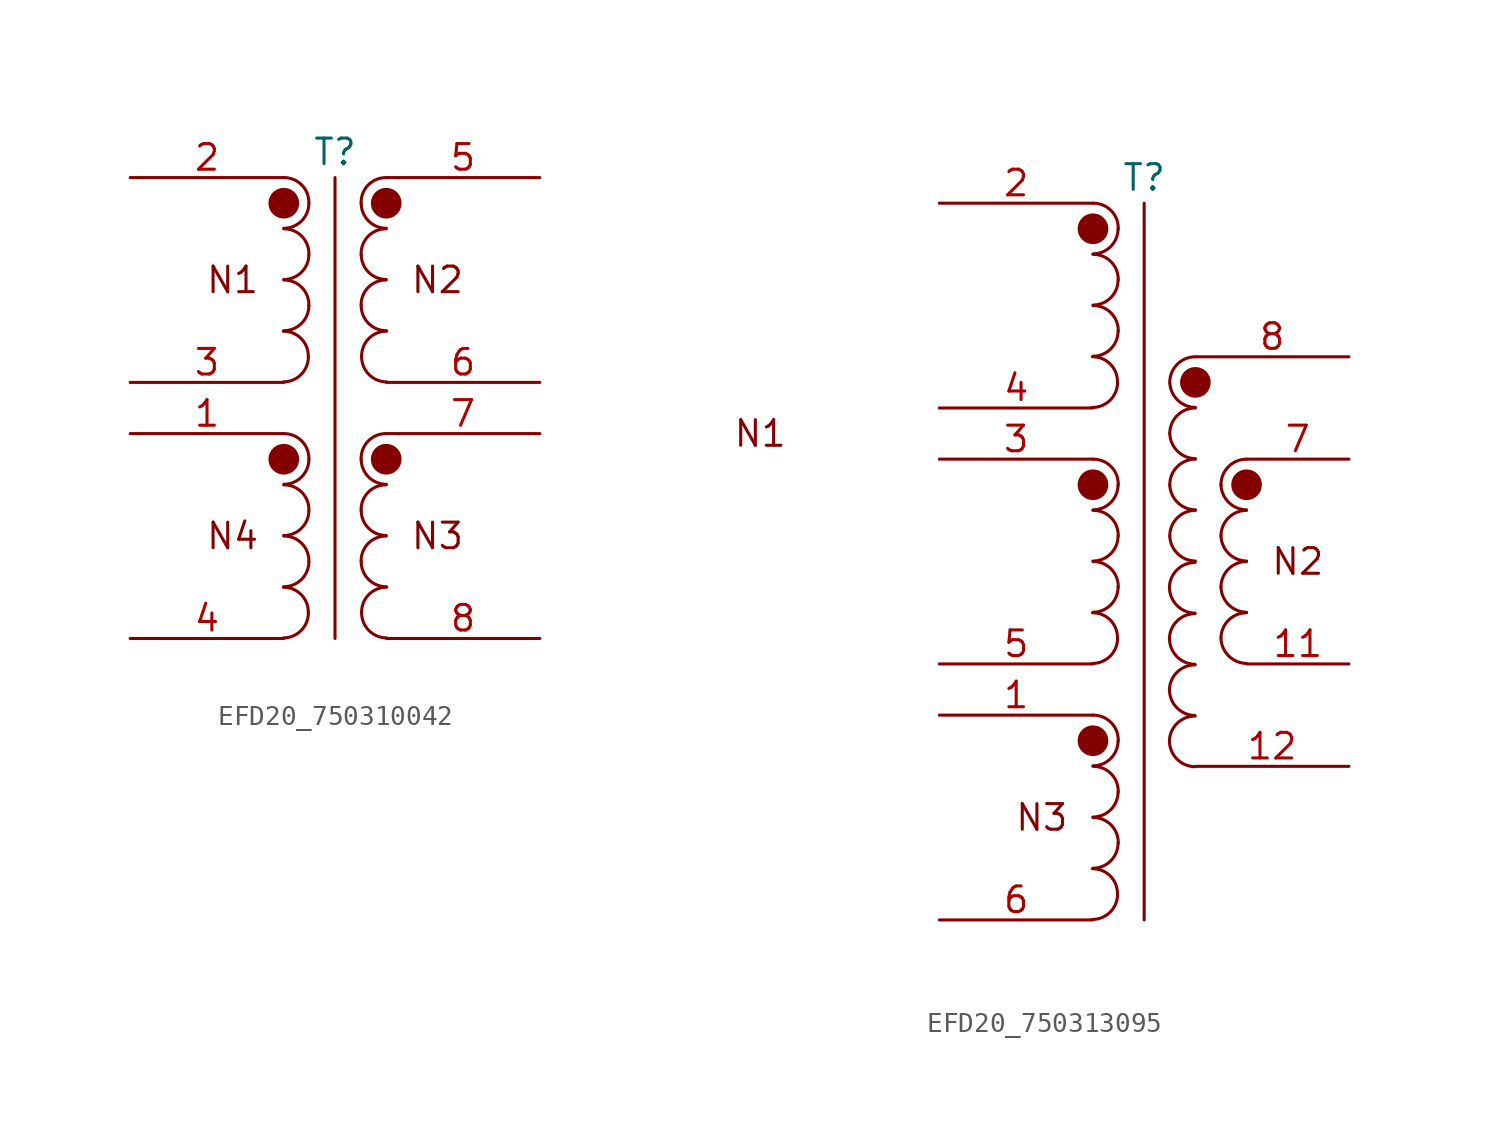
<source format=kicad_sym>
(kicad_symbol_lib
  (version 20220914)
  (generator kicad_symbol_editor)
  (symbol "EFD20_750310042"
    (pin_names hide)
    (property "Reference" "T"
      (at 0 12.7 0)
      (effects (font (size 1.27 1.27))))
    (property "Critical Parameter" ""
      (at 0 -5.08 0)
      (effects (font (size 1.27 1.27)) (justify left)))
    (symbol "EFD20_750310042_0_1"
      (arc (start -2.5654 -11.4046) (mid -1.6855 -11.0399) (end -1.3208 -10.16) (stroke (width 0) (type default)) (fill (type none)))
      (arc (start -2.5654 1.2954) (mid -1.6855 1.6601) (end -1.3208 2.54) (stroke (width 0) (type default)) (fill (type none)))
      (arc (start -2.54 -8.8646) (mid -1.6601 -8.4999) (end -1.2954 -7.62) (stroke (width 0) (type default)) (fill (type none)))
      (arc (start -2.54 -6.3246) (mid -1.6601 -5.9599) (end -1.2954 -5.08) (stroke (width 0) (type default)) (fill (type none)))
      (arc (start -2.54 -3.7846) (mid -1.6601 -3.4199) (end -1.2954 -2.54) (stroke (width 0) (type default)) (fill (type none)))
      (arc (start -2.54 3.8354) (mid -1.6601 4.2001) (end -1.2954 5.08) (stroke (width 0) (type default)) (fill (type none)))
      (arc (start -2.54 6.3754) (mid -1.6601 6.7401) (end -1.2954 7.62) (stroke (width 0) (type default)) (fill (type none)))
      (arc (start -2.54 8.9154) (mid -1.6601 9.2801) (end -1.2954 10.16) (stroke (width 0) (type default)) (fill (type none)))
      (arc (start -1.3208 -10.16) (mid -1.6708 -9.2582) (end -2.5654 -8.89) (stroke (width 0) (type default)) (fill (type none)))
      (arc (start -1.3208 2.54) (mid -1.6708 3.4418) (end -2.5654 3.81) (stroke (width 0) (type default)) (fill (type none)))
      (arc (start -1.2954 -7.62) (mid -1.646 -6.7187) (end -2.54 -6.35) (stroke (width 0) (type default)) (fill (type none)))
      (arc (start -1.2954 -5.08) (mid -1.646 -4.1787) (end -2.54 -3.81) (stroke (width 0) (type default)) (fill (type none)))
      (arc (start -1.2954 -2.54) (mid -1.646 -1.6387) (end -2.54 -1.27) (stroke (width 0) (type default)) (fill (type none)))
      (arc (start -1.2954 5.08) (mid -1.646 5.9813) (end -2.54 6.35) (stroke (width 0) (type default)) (fill (type none)))
      (arc (start -1.2954 7.62) (mid -1.646 8.5213) (end -2.54 8.89) (stroke (width 0) (type default)) (fill (type none)))
      (arc (start -1.2954 10.16) (mid -1.646 11.0613) (end -2.54 11.43) (stroke (width 0) (type default)) (fill (type none)))
      (polyline (pts (xy 0 11.43) (xy 0 -11.43)) (stroke (width 0) (type default)) (fill (type none)))
      (arc (start 1.2954 -7.62) (mid 1.66 -8.4999) (end 2.54 -8.8646) (stroke (width 0) (type default)) (fill (type none)))
      (arc (start 1.2954 -5.08) (mid 1.66 -5.9599) (end 2.54 -6.3246) (stroke (width 0) (type default)) (fill (type none)))
      (arc (start 1.2954 -2.54) (mid 1.66 -3.4199) (end 2.54 -3.7846) (stroke (width 0) (type default)) (fill (type none)))
      (arc (start 1.2954 5.08) (mid 1.66 4.2001) (end 2.54 3.8354) (stroke (width 0) (type default)) (fill (type none)))
      (arc (start 1.2954 7.62) (mid 1.66 6.7401) (end 2.54 6.3754) (stroke (width 0) (type default)) (fill (type none)))
      (arc (start 1.2954 10.16) (mid 1.66 9.2801) (end 2.54 8.9154) (stroke (width 0) (type default)) (fill (type none)))
      (arc (start 1.3208 -10.16) (mid 1.6855 -11.0399) (end 2.5654 -11.4046) (stroke (width 0) (type default)) (fill (type none)))
      (arc (start 1.3208 2.54) (mid 1.6855 1.6601) (end 2.5654 1.2954) (stroke (width 0) (type default)) (fill (type none)))
      (arc (start 2.54 -6.35) (mid 1.6461 -6.7186) (end 1.2954 -7.62) (stroke (width 0) (type default)) (fill (type none)))
      (arc (start 2.54 -3.81) (mid 1.6461 -4.1786) (end 1.2954 -5.08) (stroke (width 0) (type default)) (fill (type none)))
      (arc (start 2.54 -1.27) (mid 1.6461 -1.6386) (end 1.2954 -2.54) (stroke (width 0) (type default)) (fill (type none)))
      (arc (start 2.54 6.35) (mid 1.6461 5.9814) (end 1.2954 5.08) (stroke (width 0) (type default)) (fill (type none)))
      (arc (start 2.54 8.89) (mid 1.6461 8.5214) (end 1.2954 7.62) (stroke (width 0) (type default)) (fill (type none)))
      (arc (start 2.54 11.43) (mid 1.6461 11.0614) (end 1.2954 10.16) (stroke (width 0) (type default)) (fill (type none)))
      (arc (start 2.5654 -8.89) (mid 1.6705 -9.2581) (end 1.3208 -10.16) (stroke (width 0) (type default)) (fill (type none)))
      (arc (start 2.5654 3.81) (mid 1.6705 3.4419) (end 1.3208 2.54) (stroke (width 0) (type default)) (fill (type none))))
    (symbol "EFD20_750310042_1_1"
      (circle (center -2.54 -2.54) (radius 0.0001) (stroke (width 0.762) (type default)) (fill (type none)))
      (circle (center -2.54 10.16) (radius 0.0001) (stroke (width 0.762) (type default)) (fill (type none)))
      (circle (center 2.54 -2.54) (radius 0.0001) (stroke (width 0.762) (type default)) (fill (type none)))
      (circle (center 2.54 10.16) (radius 0.0001) (stroke (width 0.762) (type default)) (fill (type none)))
      (text "N1" (at -5.08 6.35 0) (effects (font (size 1.27 1.27))))
      (text "N2" (at 5.08 6.35 0) (effects (font (size 1.27 1.27))))
      (text "N3" (at 5.08 -6.35 0) (effects (font (size 1.27 1.27))))
      (text "N4" (at -5.08 -6.35 0) (effects (font (size 1.27 1.27))))
      (pin passive line (at -10.16 -1.27 0) (length 7.62) (name "1" (effects (font (size 1.27 1.27)))) (number "1" (effects (font (size 1.27 1.27)))))
      (pin passive line (at -10.16 11.43 0) (length 7.62) (name "2" (effects (font (size 1.27 1.27)))) (number "2" (effects (font (size 1.27 1.27)))))
      (pin passive line (at -10.16 1.27 0) (length 7.62) (name "3" (effects (font (size 1.27 1.27)))) (number "3" (effects (font (size 1.27 1.27)))))
      (pin passive line (at -10.16 -11.43 0) (length 7.62) (name "4" (effects (font (size 1.27 1.27)))) (number "4" (effects (font (size 1.27 1.27)))))
      (pin passive line (at 10.16 11.43 180) (length 7.62) (name "5" (effects (font (size 1.27 1.27)))) (number "5" (effects (font (size 1.27 1.27)))))
      (pin passive line (at 10.16 1.27 180) (length 7.62) (name "6" (effects (font (size 1.27 1.27)))) (number "6" (effects (font (size 1.27 1.27)))))
      (pin passive line (at 10.16 -1.27 180) (length 7.62) (name "7" (effects (font (size 1.27 1.27)))) (number "7" (effects (font (size 1.27 1.27)))))
      (pin passive line (at 10.16 -11.43 180) (length 7.62) (name "8" (effects (font (size 1.27 1.27)))) (number "8" (effects (font (size 1.27 1.27)))))))
  (symbol "EFD20_750313095"
    (pin_names hide)
    (property "Reference" "T"
      (at 0 19.05 0)
      (effects (font (size 1.27 1.27))))
    (property "Critical Parameter" ""
      (at 0 -5.08 0)
      (effects (font (size 1.27 1.27)) (justify left)))
    (symbol "EFD20_750313095_0_1"
      (arc (start -2.5654 -17.7546) (mid -1.6855 -17.3899) (end -1.3208 -16.51) (stroke (width 0) (type default)) (fill (type none)))
      (arc (start -2.5654 -5.0546) (mid -1.6855 -4.6899) (end -1.3208 -3.81) (stroke (width 0) (type default)) (fill (type none)))
      (arc (start -2.5654 7.6454) (mid -1.6855 8.0101) (end -1.3208 8.89) (stroke (width 0) (type default)) (fill (type none)))
      (arc (start -2.54 -15.2146) (mid -1.6601 -14.8499) (end -1.2954 -13.97) (stroke (width 0) (type default)) (fill (type none)))
      (arc (start -2.54 -12.6746) (mid -1.6601 -12.3099) (end -1.2954 -11.43) (stroke (width 0) (type default)) (fill (type none)))
      (arc (start -2.54 -10.1346) (mid -1.6601 -9.7699) (end -1.2954 -8.89) (stroke (width 0) (type default)) (fill (type none)))
      (arc (start -2.54 -2.5146) (mid -1.6601 -2.1499) (end -1.2954 -1.27) (stroke (width 0) (type default)) (fill (type none)))
      (arc (start -2.54 0.0254) (mid -1.6601 0.3901) (end -1.2954 1.27) (stroke (width 0) (type default)) (fill (type none)))
      (arc (start -2.54 2.5654) (mid -1.6601 2.9301) (end -1.2954 3.81) (stroke (width 0) (type default)) (fill (type none)))
      (arc (start -2.54 10.1854) (mid -1.6601 10.5501) (end -1.2954 11.43) (stroke (width 0) (type default)) (fill (type none)))
      (arc (start -2.54 12.7254) (mid -1.6601 13.0901) (end -1.2954 13.97) (stroke (width 0) (type default)) (fill (type none)))
      (arc (start -2.54 15.2654) (mid -1.6601 15.6301) (end -1.2954 16.51) (stroke (width 0) (type default)) (fill (type none)))
      (arc (start -1.3208 -16.51) (mid -1.6708 -15.6082) (end -2.5654 -15.24) (stroke (width 0) (type default)) (fill (type none)))
      (arc (start -1.3208 -3.81) (mid -1.6708 -2.9082) (end -2.5654 -2.54) (stroke (width 0) (type default)) (fill (type none)))
      (arc (start -1.3208 8.89) (mid -1.6708 9.7918) (end -2.5654 10.16) (stroke (width 0) (type default)) (fill (type none)))
      (arc (start -1.2954 -13.97) (mid -1.646 -13.0687) (end -2.54 -12.7) (stroke (width 0) (type default)) (fill (type none)))
      (arc (start -1.2954 -11.43) (mid -1.646 -10.5287) (end -2.54 -10.16) (stroke (width 0) (type default)) (fill (type none)))
      (arc (start -1.2954 -8.89) (mid -1.646 -7.9887) (end -2.54 -7.62) (stroke (width 0) (type default)) (fill (type none)))
      (arc (start -1.2954 -1.27) (mid -1.646 -0.3687) (end -2.54 0) (stroke (width 0) (type default)) (fill (type none)))
      (arc (start -1.2954 1.27) (mid -1.646 2.1713) (end -2.54 2.54) (stroke (width 0) (type default)) (fill (type none)))
      (arc (start -1.2954 3.81) (mid -1.646 4.7113) (end -2.54 5.08) (stroke (width 0) (type default)) (fill (type none)))
      (arc (start -1.2954 11.43) (mid -1.646 12.3313) (end -2.54 12.7) (stroke (width 0) (type default)) (fill (type none)))
      (arc (start -1.2954 13.97) (mid -1.646 14.8713) (end -2.54 15.24) (stroke (width 0) (type default)) (fill (type none)))
      (arc (start -1.2954 16.51) (mid -1.646 17.4113) (end -2.54 17.78) (stroke (width 0) (type default)) (fill (type none)))
      (polyline (pts (xy 0 17.78) (xy 0 -17.78)) (stroke (width 0) (type default)) (fill (type none)))
      (arc (start 1.2515 -8.9345) (mid 1.6376 -9.8108) (end 2.5215 -10.1791) (stroke (width 0) (type default)) (fill (type none)))
      (arc (start 1.2515 -6.3945) (mid 1.6376 -7.2708) (end 2.5215 -7.6391) (stroke (width 0) (type default)) (fill (type none)))
      (arc (start 1.2515 -3.8545) (mid 1.6376 -4.7308) (end 2.5215 -5.0991) (stroke (width 0) (type default)) (fill (type none)))
      (arc (start 1.2515 -1.3145) (mid 1.6376 -2.1908) (end 2.5215 -2.5591) (stroke (width 0) (type default)) (fill (type none)))
      (arc (start 1.27 1.27) (mid 1.6561 0.3937) (end 2.54 0.0254) (stroke (width 0) (type default)) (fill (type none)))
      (arc (start 1.27 3.81) (mid 1.6561 2.9337) (end 2.54 2.5654) (stroke (width 0) (type default)) (fill (type none)))
      (arc (start 1.27 6.35) (mid 1.6561 5.4737) (end 2.54 5.1054) (stroke (width 0) (type default)) (fill (type none)))
      (arc (start 1.27 8.89) (mid 1.6561 8.0137) (end 2.54 7.6454) (stroke (width 0) (type default)) (fill (type none)))
      (arc (start 2.5215 -7.6645) (mid 1.6235 -8.0365) (end 1.2515 -8.9345) (stroke (width 0) (type default)) (fill (type none)))
      (arc (start 2.5215 -5.1245) (mid 1.6235 -5.4965) (end 1.2515 -6.3945) (stroke (width 0) (type default)) (fill (type none)))
      (arc (start 2.5215 -2.5845) (mid 1.6235 -2.9565) (end 1.2515 -3.8545) (stroke (width 0) (type default)) (fill (type none)))
      (arc (start 2.5215 -0.0445) (mid 1.6235 -0.4165) (end 1.2515 -1.3145) (stroke (width 0) (type default)) (fill (type none)))
      (arc (start 2.54 2.54) (mid 1.642 2.168) (end 1.27 1.27) (stroke (width 0) (type default)) (fill (type none)))
      (arc (start 2.54 5.08) (mid 1.642 4.708) (end 1.27 3.81) (stroke (width 0) (type default)) (fill (type none)))
      (arc (start 2.54 7.62) (mid 1.642 7.248) (end 1.27 6.35) (stroke (width 0) (type default)) (fill (type none)))
      (arc (start 2.54 10.16) (mid 1.642 9.788) (end 1.27 8.89) (stroke (width 0) (type default)) (fill (type none)))
      (arc (start 3.81 -3.81) (mid 4.1961 -4.6863) (end 5.08 -5.0546) (stroke (width 0) (type default)) (fill (type none)))
      (arc (start 3.81 -1.27) (mid 4.1961 -2.1463) (end 5.08 -2.5146) (stroke (width 0) (type default)) (fill (type none)))
      (arc (start 3.81 1.27) (mid 4.1961 0.3937) (end 5.08 0.0254) (stroke (width 0) (type default)) (fill (type none)))
      (arc (start 3.81 3.81) (mid 4.1961 2.9337) (end 5.08 2.5654) (stroke (width 0) (type default)) (fill (type none)))
      (arc (start 5.08 -2.54) (mid 4.182 -2.912) (end 3.81 -3.81) (stroke (width 0) (type default)) (fill (type none)))
      (arc (start 5.08 0) (mid 4.182 -0.372) (end 3.81 -1.27) (stroke (width 0) (type default)) (fill (type none)))
      (arc (start 5.08 2.54) (mid 4.182 2.168) (end 3.81 1.27) (stroke (width 0) (type default)) (fill (type none)))
      (arc (start 5.08 5.08) (mid 4.182 4.708) (end 3.81 3.81) (stroke (width 0) (type default)) (fill (type none))))
    (symbol "EFD20_750313095_1_1"
      (circle (center -2.54 -8.89) (radius 0.0001) (stroke (width 0.762) (type default)) (fill (type none)))
      (circle (center -2.54 3.81) (radius 0.0001) (stroke (width 0.762) (type default)) (fill (type none)))
      (circle (center -2.54 16.51) (radius 0.0001) (stroke (width 0.762) (type default)) (fill (type none)))
      (circle (center 2.54 8.89) (radius 0.0001) (stroke (width 0.762) (type default)) (fill (type none)))
      (circle (center 5.08 3.81) (radius 0.0001) (stroke (width 0.762) (type default)) (fill (type none)))
      (text "N1" (at -19.05 6.35 0) (effects (font (size 1.27 1.27))))
      (text "N2" (at 7.62 0 0) (effects (font (size 1.27 1.27))))
      (text "N3" (at -5.08 -12.7 0) (effects (font (size 1.27 1.27))))
      (pin passive line (at -10.16 -7.62 0) (length 7.62) (name "1" (effects (font (size 1.27 1.27)))) (number "1" (effects (font (size 1.27 1.27)))))
      (pin passive line (at 10.16 -5.08 180) (length 5.08) (name "11" (effects (font (size 1.27 1.27)))) (number "11" (effects (font (size 1.27 1.27)))))
      (pin passive line (at 10.16 -10.16 180) (length 7.62) (name "12" (effects (font (size 1.27 1.27)))) (number "12" (effects (font (size 1.27 1.27)))))
      (pin passive line (at -10.16 17.78 0) (length 7.62) (name "2" (effects (font (size 1.27 1.27)))) (number "2" (effects (font (size 1.27 1.27)))))
      (pin passive line (at -10.16 5.08 0) (length 7.62) (name "3" (effects (font (size 1.27 1.27)))) (number "3" (effects (font (size 1.27 1.27)))))
      (pin passive line (at -10.16 7.62 0) (length 7.62) (name "4" (effects (font (size 1.27 1.27)))) (number "4" (effects (font (size 1.27 1.27)))))
      (pin passive line (at -10.16 -5.08 0) (length 7.62) (name "5" (effects (font (size 1.27 1.27)))) (number "5" (effects (font (size 1.27 1.27)))))
      (pin passive line (at -10.16 -17.78 0) (length 7.62) (name "6" (effects (font (size 1.27 1.27)))) (number "6" (effects (font (size 1.27 1.27)))))
      (pin passive line (at 10.16 5.08 180) (length 5.08) (name "7" (effects (font (size 1.27 1.27)))) (number "7" (effects (font (size 1.27 1.27)))))
      (pin passive line (at 10.16 10.16 180) (length 7.62) (name "8" (effects (font (size 1.27 1.27)))) (number "8" (effects (font (size 1.27 1.27))))))))
</source>
